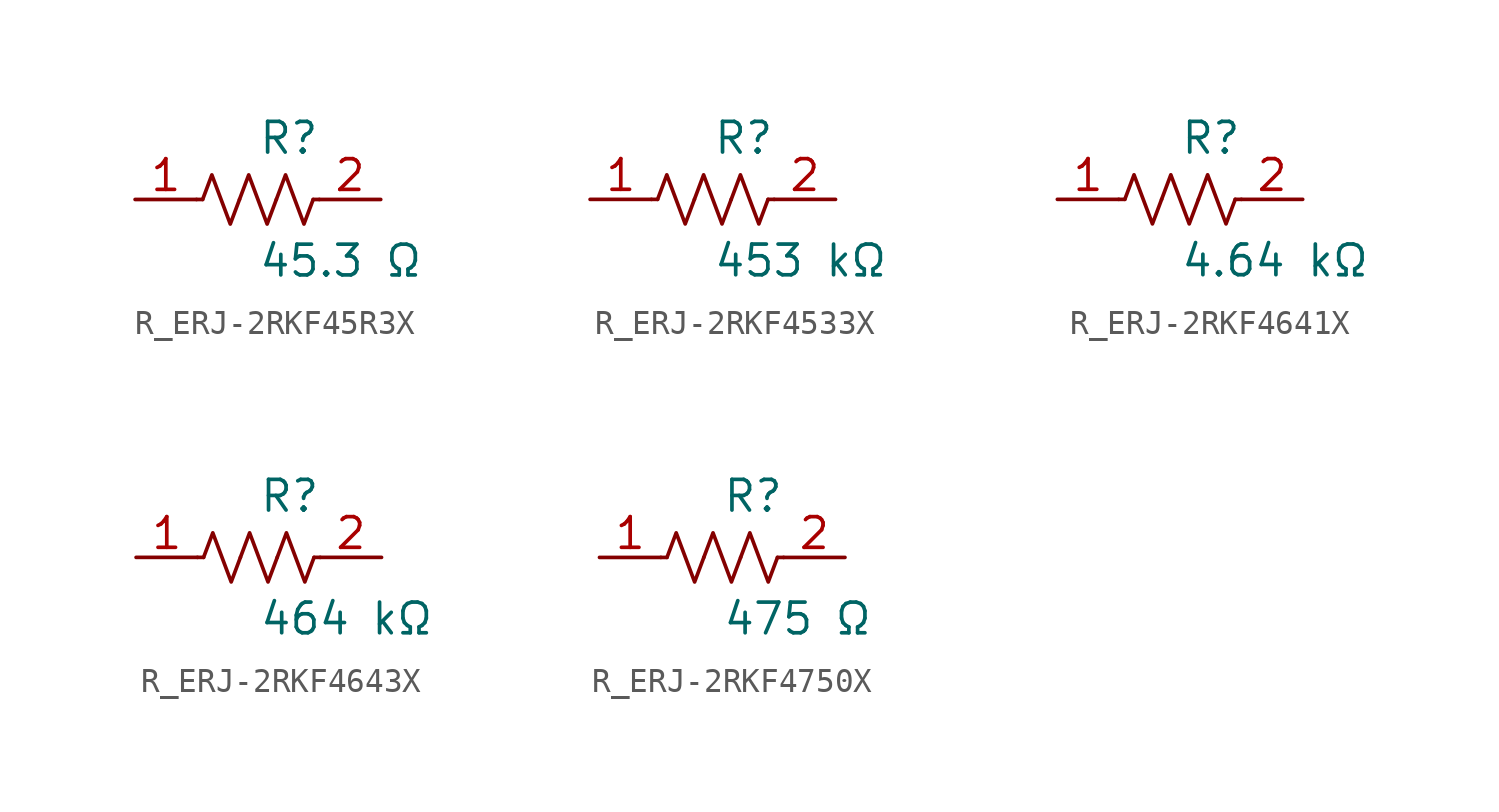
<source format=kicad_sym>
(kicad_symbol_lib
  (version 20231120)
  (generator kicad_symbol_editor)
  (generator_version 8.0)
  (symbol "R_ERJ-2RKF45R3X"
    (pin_names
      (offset 0.254))
    (property "Reference" "R"
      (at 0.0 2.54 0)
      (effects (font (size 1.27 1.27)) (justify left)))
    (property "Value" "45.3 Ω"
      (at 0.0 -2.54 0)
      (effects (font (size 1.27 1.27)) (justify left)))
    (symbol "R_ERJ-2RKF45R3X_0_1"
      (polyline (pts (xy 2.286 0) (xy 2.54 0)) (stroke (width 0) (type default)) (fill (type none)))
      (polyline (pts (xy -2.286 0) (xy -2.54 0)) (stroke (width 0) (type default)) (fill (type none)))
      (polyline (pts (xy 0.762 0) (xy 1.143 1.016) (xy 1.524 0) (xy 1.905 -1.016) (xy 2.286 0)) (stroke (width 0) (type default)) (fill (type none)))
      (polyline (pts (xy -0.762 0) (xy -0.381 1.016) (xy 0 0) (xy 0.381 -1.016) (xy 0.762 0)) (stroke (width 0) (type default)) (fill (type none)))
      (polyline (pts (xy -2.286 0) (xy -1.905 1.016) (xy -1.524 0) (xy -1.143 -1.016) (xy -0.762 0)) (stroke (width 0) (type default)) (fill (type none))))
    (pin unspecified line
      (at -5.08 0 0)
      (length 2.54)
      (name "" (effects (font (size 1.27 1.27))))
      (number "1" (effects (font (size 1.27 1.27)))))
    (pin unspecified line
      (at 5.08 0 180)
      (length 2.54)
      (name "" (effects (font (size 1.27 1.27))))
      (number "2" (effects (font (size 1.27 1.27))))))
  (symbol "R_ERJ-2RKF4533X"
    (pin_names
      (offset 0.254))
    (property "Reference" "R"
      (at 0.0 2.54 0)
      (effects (font (size 1.27 1.27)) (justify left)))
    (property "Value" "453 kΩ"
      (at 0.0 -2.54 0)
      (effects (font (size 1.27 1.27)) (justify left)))
    (symbol "R_ERJ-2RKF4533X_0_1"
      (polyline (pts (xy 2.286 0) (xy 2.54 0)) (stroke (width 0) (type default)) (fill (type none)))
      (polyline (pts (xy -2.286 0) (xy -2.54 0)) (stroke (width 0) (type default)) (fill (type none)))
      (polyline (pts (xy 0.762 0) (xy 1.143 1.016) (xy 1.524 0) (xy 1.905 -1.016) (xy 2.286 0)) (stroke (width 0) (type default)) (fill (type none)))
      (polyline (pts (xy -0.762 0) (xy -0.381 1.016) (xy 0 0) (xy 0.381 -1.016) (xy 0.762 0)) (stroke (width 0) (type default)) (fill (type none)))
      (polyline (pts (xy -2.286 0) (xy -1.905 1.016) (xy -1.524 0) (xy -1.143 -1.016) (xy -0.762 0)) (stroke (width 0) (type default)) (fill (type none))))
    (pin unspecified line
      (at -5.08 0 0)
      (length 2.54)
      (name "" (effects (font (size 1.27 1.27))))
      (number "1" (effects (font (size 1.27 1.27)))))
    (pin unspecified line
      (at 5.08 0 180)
      (length 2.54)
      (name "" (effects (font (size 1.27 1.27))))
      (number "2" (effects (font (size 1.27 1.27))))))
  (symbol "R_ERJ-2RKF4641X"
    (pin_names
      (offset 0.254))
    (property "Reference" "R"
      (at 0.0 2.54 0)
      (effects (font (size 1.27 1.27)) (justify left)))
    (property "Value" "4.64 kΩ"
      (at 0.0 -2.54 0)
      (effects (font (size 1.27 1.27)) (justify left)))
    (symbol "R_ERJ-2RKF4641X_0_1"
      (polyline (pts (xy 2.286 0) (xy 2.54 0)) (stroke (width 0) (type default)) (fill (type none)))
      (polyline (pts (xy -2.286 0) (xy -2.54 0)) (stroke (width 0) (type default)) (fill (type none)))
      (polyline (pts (xy 0.762 0) (xy 1.143 1.016) (xy 1.524 0) (xy 1.905 -1.016) (xy 2.286 0)) (stroke (width 0) (type default)) (fill (type none)))
      (polyline (pts (xy -0.762 0) (xy -0.381 1.016) (xy 0 0) (xy 0.381 -1.016) (xy 0.762 0)) (stroke (width 0) (type default)) (fill (type none)))
      (polyline (pts (xy -2.286 0) (xy -1.905 1.016) (xy -1.524 0) (xy -1.143 -1.016) (xy -0.762 0)) (stroke (width 0) (type default)) (fill (type none))))
    (pin unspecified line
      (at -5.08 0 0)
      (length 2.54)
      (name "" (effects (font (size 1.27 1.27))))
      (number "1" (effects (font (size 1.27 1.27)))))
    (pin unspecified line
      (at 5.08 0 180)
      (length 2.54)
      (name "" (effects (font (size 1.27 1.27))))
      (number "2" (effects (font (size 1.27 1.27))))))
  (symbol "R_ERJ-2RKF4643X"
    (pin_names
      (offset 0.254))
    (property "Reference" "R"
      (at 0.0 2.54 0)
      (effects (font (size 1.27 1.27)) (justify left)))
    (property "Value" "464 kΩ"
      (at 0.0 -2.54 0)
      (effects (font (size 1.27 1.27)) (justify left)))
    (symbol "R_ERJ-2RKF4643X_0_1"
      (polyline (pts (xy 2.286 0) (xy 2.54 0)) (stroke (width 0) (type default)) (fill (type none)))
      (polyline (pts (xy -2.286 0) (xy -2.54 0)) (stroke (width 0) (type default)) (fill (type none)))
      (polyline (pts (xy 0.762 0) (xy 1.143 1.016) (xy 1.524 0) (xy 1.905 -1.016) (xy 2.286 0)) (stroke (width 0) (type default)) (fill (type none)))
      (polyline (pts (xy -0.762 0) (xy -0.381 1.016) (xy 0 0) (xy 0.381 -1.016) (xy 0.762 0)) (stroke (width 0) (type default)) (fill (type none)))
      (polyline (pts (xy -2.286 0) (xy -1.905 1.016) (xy -1.524 0) (xy -1.143 -1.016) (xy -0.762 0)) (stroke (width 0) (type default)) (fill (type none))))
    (pin unspecified line
      (at -5.08 0 0)
      (length 2.54)
      (name "" (effects (font (size 1.27 1.27))))
      (number "1" (effects (font (size 1.27 1.27)))))
    (pin unspecified line
      (at 5.08 0 180)
      (length 2.54)
      (name "" (effects (font (size 1.27 1.27))))
      (number "2" (effects (font (size 1.27 1.27))))))
  (symbol "R_ERJ-2RKF4750X"
    (pin_names
      (offset 0.254))
    (property "Reference" "R"
      (at 0.0 2.54 0)
      (effects (font (size 1.27 1.27)) (justify left)))
    (property "Value" "475 Ω"
      (at 0.0 -2.54 0)
      (effects (font (size 1.27 1.27)) (justify left)))
    (symbol "R_ERJ-2RKF4750X_0_1"
      (polyline (pts (xy 2.286 0) (xy 2.54 0)) (stroke (width 0) (type default)) (fill (type none)))
      (polyline (pts (xy -2.286 0) (xy -2.54 0)) (stroke (width 0) (type default)) (fill (type none)))
      (polyline (pts (xy 0.762 0) (xy 1.143 1.016) (xy 1.524 0) (xy 1.905 -1.016) (xy 2.286 0)) (stroke (width 0) (type default)) (fill (type none)))
      (polyline (pts (xy -0.762 0) (xy -0.381 1.016) (xy 0 0) (xy 0.381 -1.016) (xy 0.762 0)) (stroke (width 0) (type default)) (fill (type none)))
      (polyline (pts (xy -2.286 0) (xy -1.905 1.016) (xy -1.524 0) (xy -1.143 -1.016) (xy -0.762 0)) (stroke (width 0) (type default)) (fill (type none))))
    (pin unspecified line
      (at -5.08 0 0)
      (length 2.54)
      (name "" (effects (font (size 1.27 1.27))))
      (number "1" (effects (font (size 1.27 1.27)))))
    (pin unspecified line
      (at 5.08 0 180)
      (length 2.54)
      (name "" (effects (font (size 1.27 1.27))))
      (number "2" (effects (font (size 1.27 1.27)))))))
</source>
